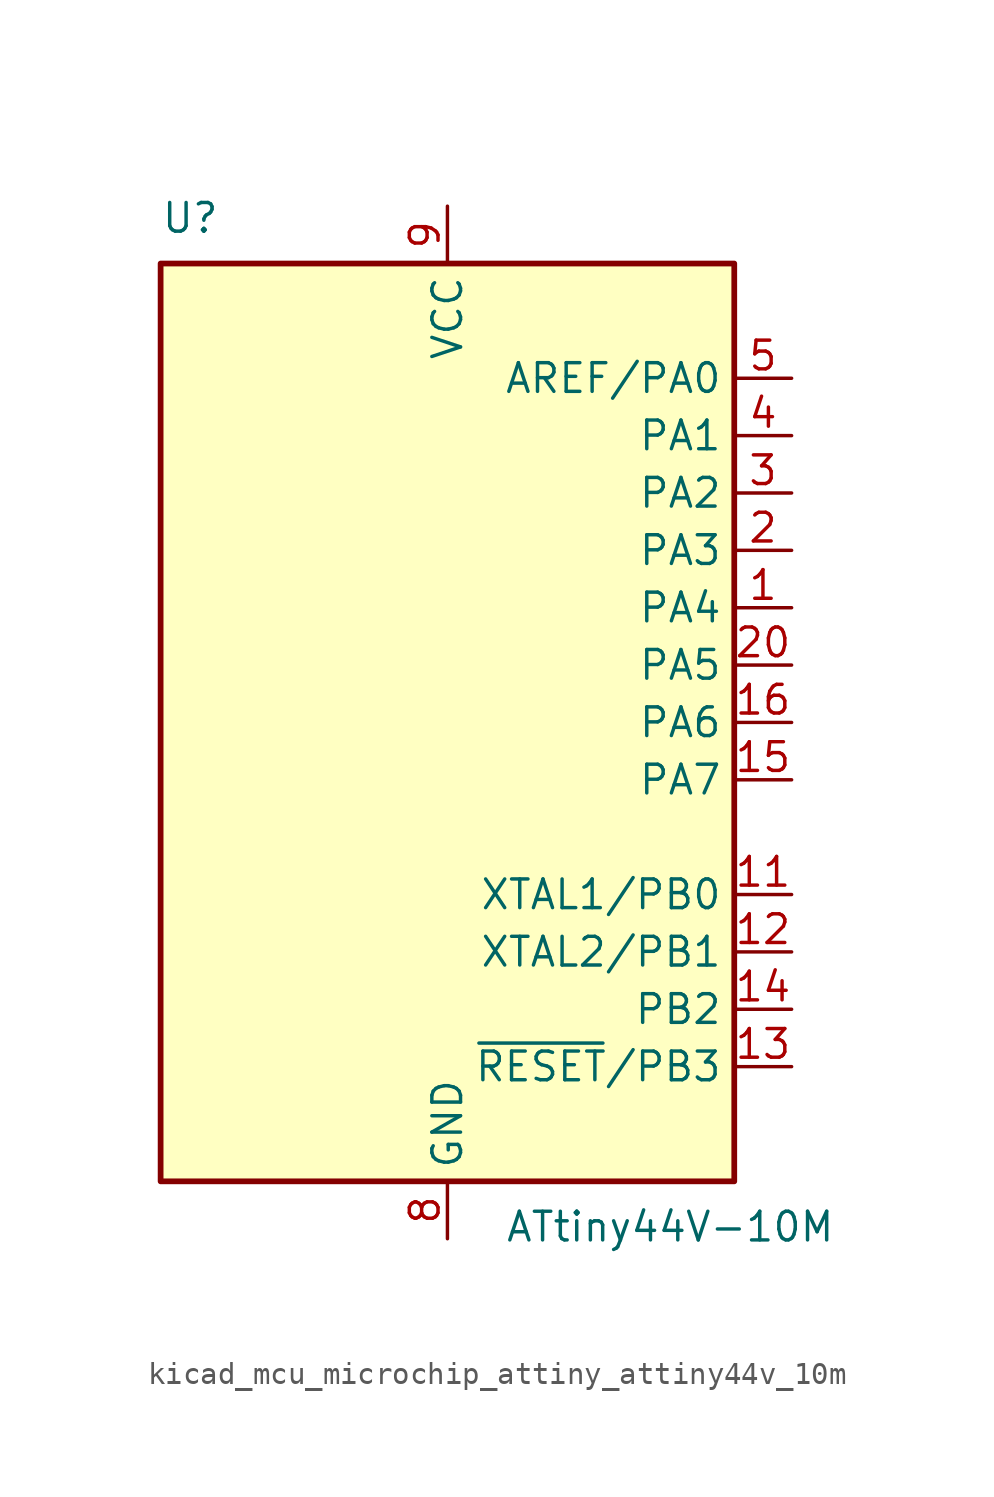
<source format=kicad_sym>
(kicad_symbol_lib
  (version 20220914)
  (generator kicad_symbol_editor)
  (symbol "kicad_mcu_microchip_attiny_attiny44v_10m"
    (property "Reference" "U"
      (at -12.7 21.59 0)
      (effects (font (size 1.27 1.27)) (justify left bottom)))
    (property "Value" "ATtiny44V-10M"
      (at 2.54 -21.59 0)
      (effects (font (size 1.27 1.27)) (justify left top)))
    (symbol "kicad_mcu_microchip_attiny_attiny44v_10m_0_1"
      (rectangle (start -12.7 -20.32) (end 12.7 20.32) (stroke (width 0.254) (type default)) (fill (type background))))
    (symbol "kicad_mcu_microchip_attiny_attiny44v_10m_1_1"
      (pin bidirectional line (at 15.24 5.08 180) (length 2.54) (name "PA4" (effects (font (size 1.27 1.27)))) (number "1" (effects (font (size 1.27 1.27)))))
      (pin no_connect line (at -12.7 -10.16 0) (length 2.54) hide (name "NC" (effects (font (size 1.27 1.27)))) (number "10" (effects (font (size 1.27 1.27)))))
      (pin bidirectional line (at 15.24 -7.62 180) (length 2.54) (name "XTAL1/PB0" (effects (font (size 1.27 1.27)))) (number "11" (effects (font (size 1.27 1.27)))))
      (pin bidirectional line (at 15.24 -10.16 180) (length 2.54) (name "XTAL2/PB1" (effects (font (size 1.27 1.27)))) (number "12" (effects (font (size 1.27 1.27)))))
      (pin bidirectional line (at 15.24 -15.24 180) (length 2.54) (name "~{RESET}/PB3" (effects (font (size 1.27 1.27)))) (number "13" (effects (font (size 1.27 1.27)))))
      (pin bidirectional line (at 15.24 -12.7 180) (length 2.54) (name "PB2" (effects (font (size 1.27 1.27)))) (number "14" (effects (font (size 1.27 1.27)))))
      (pin bidirectional line (at 15.24 -2.54 180) (length 2.54) (name "PA7" (effects (font (size 1.27 1.27)))) (number "15" (effects (font (size 1.27 1.27)))))
      (pin bidirectional line (at 15.24 0 180) (length 2.54) (name "PA6" (effects (font (size 1.27 1.27)))) (number "16" (effects (font (size 1.27 1.27)))))
      (pin no_connect line (at -12.7 -12.7 0) (length 2.54) hide (name "NC" (effects (font (size 1.27 1.27)))) (number "17" (effects (font (size 1.27 1.27)))))
      (pin no_connect line (at -12.7 -15.24 0) (length 2.54) hide (name "NC" (effects (font (size 1.27 1.27)))) (number "18" (effects (font (size 1.27 1.27)))))
      (pin no_connect line (at -12.7 -17.78 0) (length 2.54) hide (name "NC" (effects (font (size 1.27 1.27)))) (number "19" (effects (font (size 1.27 1.27)))))
      (pin bidirectional line (at 15.24 7.62 180) (length 2.54) (name "PA3" (effects (font (size 1.27 1.27)))) (number "2" (effects (font (size 1.27 1.27)))))
      (pin bidirectional line (at 15.24 2.54 180) (length 2.54) (name "PA5" (effects (font (size 1.27 1.27)))) (number "20" (effects (font (size 1.27 1.27)))))
      (pin passive line (at 0 -22.86 90) (length 2.54) hide (name "GND" (effects (font (size 1.27 1.27)))) (number "21" (effects (font (size 1.27 1.27)))))
      (pin bidirectional line (at 15.24 10.16 180) (length 2.54) (name "PA2" (effects (font (size 1.27 1.27)))) (number "3" (effects (font (size 1.27 1.27)))))
      (pin bidirectional line (at 15.24 12.7 180) (length 2.54) (name "PA1" (effects (font (size 1.27 1.27)))) (number "4" (effects (font (size 1.27 1.27)))))
      (pin bidirectional line (at 15.24 15.24 180) (length 2.54) (name "AREF/PA0" (effects (font (size 1.27 1.27)))) (number "5" (effects (font (size 1.27 1.27)))))
      (pin no_connect line (at -12.7 -5.08 0) (length 2.54) hide (name "NC" (effects (font (size 1.27 1.27)))) (number "6" (effects (font (size 1.27 1.27)))))
      (pin no_connect line (at -12.7 -7.62 0) (length 2.54) hide (name "NC" (effects (font (size 1.27 1.27)))) (number "7" (effects (font (size 1.27 1.27)))))
      (pin power_in line (at 0 -22.86 90) (length 2.54) (name "GND" (effects (font (size 1.27 1.27)))) (number "8" (effects (font (size 1.27 1.27)))))
      (pin power_in line (at 0 22.86 270) (length 2.54) (name "VCC" (effects (font (size 1.27 1.27)))) (number "9" (effects (font (size 1.27 1.27))))))))
</source>
